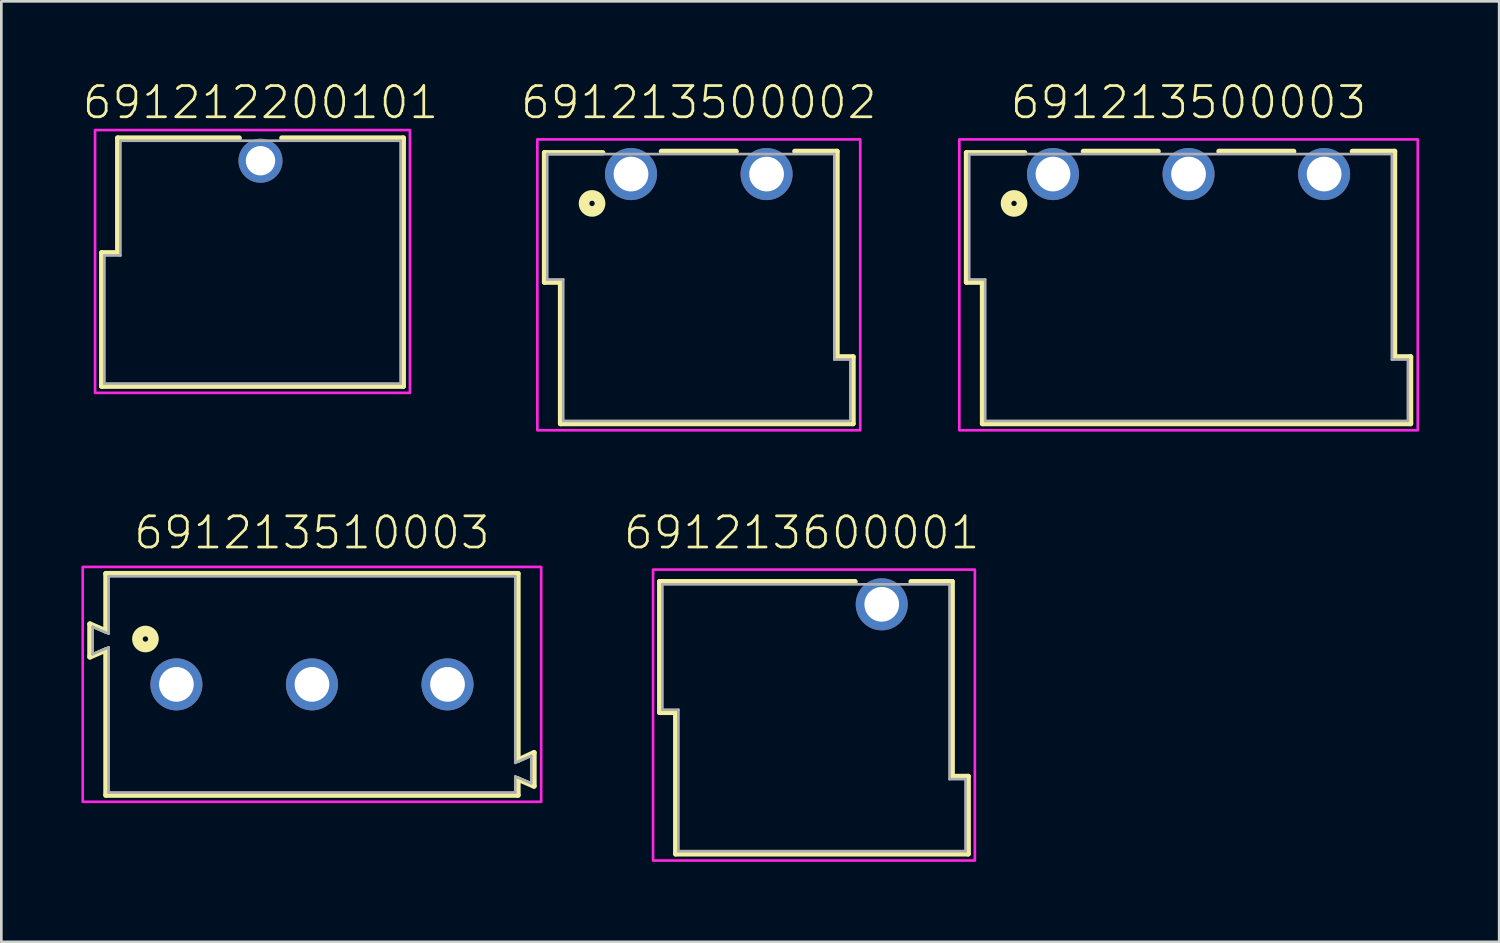
<source format=kicad_pcb>
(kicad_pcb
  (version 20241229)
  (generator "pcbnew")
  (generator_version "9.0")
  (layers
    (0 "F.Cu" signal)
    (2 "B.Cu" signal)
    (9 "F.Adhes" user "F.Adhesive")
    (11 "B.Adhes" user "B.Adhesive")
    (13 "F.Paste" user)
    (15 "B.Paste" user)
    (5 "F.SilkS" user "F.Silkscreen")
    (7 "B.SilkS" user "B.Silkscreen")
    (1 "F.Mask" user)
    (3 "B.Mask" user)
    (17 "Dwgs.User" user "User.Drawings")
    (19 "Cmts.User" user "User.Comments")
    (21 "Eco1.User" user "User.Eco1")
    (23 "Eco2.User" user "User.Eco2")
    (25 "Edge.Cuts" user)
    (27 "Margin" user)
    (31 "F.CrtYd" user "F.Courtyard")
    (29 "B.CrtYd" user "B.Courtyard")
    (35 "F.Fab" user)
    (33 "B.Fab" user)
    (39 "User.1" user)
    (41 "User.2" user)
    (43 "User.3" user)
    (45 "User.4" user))
  (footprint "691212200101"
    (layer "F.Cu")
    (at 6.712 2.973)
    (property "Reference" "691212200101" (at 0 -1.5 0) (unlocked yes) (layer "F.SilkS") (effects (font (size 1.168 1.168) (thickness 0.102)) (justify bottom)))
    (fp_line (start -5.95 3.45) (end -5.35 3.45) (stroke (width 0.2) (type solid)) (layer "F.SilkS"))
    (fp_line (start -5.95 8.45) (end -5.95 3.45) (stroke (width 0.2) (type solid)) (layer "F.SilkS"))
    (fp_line (start -5.35 -0.85) (end -0.8 -0.85) (stroke (width 0.2) (type solid)) (layer "F.SilkS"))
    (fp_line (start -5.35 3.45) (end -5.35 -0.85) (stroke (width 0.2) (type solid)) (layer "F.SilkS"))
    (fp_line (start 0.8 -0.85) (end 5.35 -0.85) (stroke (width 0.2) (type solid)) (layer "F.SilkS"))
    (fp_line (start 5.35 -0.85) (end 5.35 8.45) (stroke (width 0.2) (type solid)) (layer "F.SilkS"))
    (fp_line (start 5.35 8.45) (end -5.95 8.45) (stroke (width 0.2) (type solid)) (layer "F.SilkS"))
    (fp_poly (pts (xy 5.6 8.7) (xy -6.2 8.7) (xy -6.2 -1.15) (xy 5.6 -1.15)) (stroke (width 0.1) (type default)) (fill no) (layer "F.CrtYd"))
    (fp_line (start -5.85 3.55) (end -5.25 3.55) (stroke (width 0.1) (type solid)) (layer "F.Fab"))
    (fp_line (start -5.85 8.35) (end -5.85 3.55) (stroke (width 0.1) (type solid)) (layer "F.Fab"))
    (fp_line (start -5.25 -0.75) (end -5.25 3.55) (stroke (width 0.1) (type solid)) (layer "F.Fab"))
    (fp_line (start -5.25 -0.75) (end 5.25 -0.75) (stroke (width 0.1) (type solid)) (layer "F.Fab"))
    (fp_line (start 5.25 -0.75) (end 5.25 8.35) (stroke (width 0.1) (type solid)) (layer "F.Fab"))
    (fp_line (start 5.25 8.35) (end -5.85 8.35) (stroke (width 0.1) (type solid)) (layer "F.Fab"))
    (pad "1" thru_hole circle (at 0 0) (size 1.65 1.65) (drill 1.1) (layers "*.Cu" "*.Mask")))
  (footprint "691213500002"
    (layer "F.Cu")
    (at 23.136 3.473)
    (property "Reference" "691213500002" (at 0 -2 0) (unlocked yes) (layer "F.SilkS") (effects (font (size 1.168 1.168) (thickness 0.102)) (justify bottom)))
    (fp_line (start -5.78 -0.8) (end -3.6 -0.8) (stroke (width 0.2) (type solid)) (layer "F.SilkS"))
    (fp_line (start -5.78 4.05) (end -5.78 -0.8) (stroke (width 0.2) (type solid)) (layer "F.SilkS"))
    (fp_line (start -5.18 4.05) (end -5.78 4.05) (stroke (width 0.2) (type solid)) (layer "F.SilkS"))
    (fp_line (start -5.18 9.35) (end -5.18 4.05) (stroke (width 0.2) (type solid)) (layer "F.SilkS"))
    (fp_line (start -1.4 -0.85) (end 1.4 -0.85) (stroke (width 0.2) (type solid)) (layer "F.SilkS"))
    (fp_line (start 3.6 -0.85) (end 5.18 -0.85) (stroke (width 0.2) (type solid)) (layer "F.SilkS"))
    (fp_line (start 5.18 -0.85) (end 5.18 6.85) (stroke (width 0.2) (type solid)) (layer "F.SilkS"))
    (fp_line (start 5.18 6.85) (end 5.78 6.85) (stroke (width 0.2) (type solid)) (layer "F.SilkS"))
    (fp_line (start 5.78 6.85) (end 5.78 9.35) (stroke (width 0.2) (type solid)) (layer "F.SilkS"))
    (fp_line (start 5.78 9.35) (end -5.18 9.35) (stroke (width 0.2) (type solid)) (layer "F.SilkS"))
    (fp_circle (center -4 1.1) (end -3.9 1.1) (stroke (width 0.4) (type solid)) (fill no) (layer "F.SilkS"))
    (fp_poly (pts (xy 6.05 9.6) (xy -6.05 9.6) (xy -6.05 -1.3) (xy 6.05 -1.3)) (stroke (width 0.1) (type default)) (fill no) (layer "F.CrtYd"))
    (fp_line (start -5.68 -0.75) (end 5.08 -0.75) (stroke (width 0.1) (type solid)) (layer "F.Fab"))
    (fp_line (start -5.68 3.95) (end -5.68 -0.75) (stroke (width 0.1) (type solid)) (layer "F.Fab"))
    (fp_line (start -5.68 3.95) (end -5.08 3.95) (stroke (width 0.1) (type solid)) (layer "F.Fab"))
    (fp_line (start -5.08 3.95) (end -5.08 9.25) (stroke (width 0.1) (type solid)) (layer "F.Fab"))
    (fp_line (start 5.08 -0.75) (end 5.08 6.95) (stroke (width 0.1) (type solid)) (layer "F.Fab"))
    (fp_line (start 5.08 6.95) (end 5.68 6.95) (stroke (width 0.1) (type solid)) (layer "F.Fab"))
    (fp_line (start 5.68 6.95) (end 5.68 9.25) (stroke (width 0.1) (type solid)) (layer "F.Fab"))
    (fp_line (start 5.68 9.25) (end -5.08 9.25) (stroke (width 0.1) (type solid)) (layer "F.Fab"))
    (pad "1" thru_hole circle (at -2.54 0 180) (size 1.95 1.95) (drill 1.3) (layers "*.Cu" "*.Mask"))
    (pad "2" thru_hole circle (at 2.54 0 180) (size 1.95 1.95) (drill 1.3) (layers "*.Cu" "*.Mask")))
  (footprint "691213600001"
    (layer "F.Cu")
    (at 29.992 19.596)
    (property "Reference" "691213600001" (at -3 -2 0) (unlocked yes) (layer "F.SilkS") (effects (font (size 1.168 1.168) (thickness 0.102)) (justify bottom)))
    (fp_line (start -8.32 -0.85) (end -1 -0.85) (stroke (width 0.2) (type solid)) (layer "F.SilkS"))
    (fp_line (start -8.32 4.05) (end -8.32 -0.85) (stroke (width 0.2) (type solid)) (layer "F.SilkS"))
    (fp_line (start -7.72 4.05) (end -8.32 4.05) (stroke (width 0.2) (type solid)) (layer "F.SilkS"))
    (fp_line (start -7.72 9.35) (end -7.72 4.05) (stroke (width 0.2) (type solid)) (layer "F.SilkS"))
    (fp_line (start 1.1 -0.85) (end 2.64 -0.85) (stroke (width 0.2) (type solid)) (layer "F.SilkS"))
    (fp_line (start 2.64 -0.85) (end 2.64 6.45) (stroke (width 0.2) (type solid)) (layer "F.SilkS"))
    (fp_line (start 2.64 6.45) (end 3.24 6.45) (stroke (width 0.2) (type solid)) (layer "F.SilkS"))
    (fp_line (start 3.24 6.45) (end 3.24 9.35) (stroke (width 0.2) (type solid)) (layer "F.SilkS"))
    (fp_line (start 3.24 9.35) (end -7.72 9.35) (stroke (width 0.2) (type solid)) (layer "F.SilkS"))
    (fp_poly (pts (xy 3.49 9.6) (xy -8.57 9.6) (xy -8.57 -1.3) (xy 3.49 -1.3)) (stroke (width 0.1) (type default)) (fill no) (layer "F.CrtYd"))
    (fp_line (start -8.22 -0.75) (end 2.54 -0.75) (stroke (width 0.1) (type solid)) (layer "F.Fab"))
    (fp_line (start -8.22 3.95) (end -8.22 -0.75) (stroke (width 0.1) (type solid)) (layer "F.Fab"))
    (fp_line (start -8.22 3.95) (end -7.62 3.95) (stroke (width 0.1) (type solid)) (layer "F.Fab"))
    (fp_line (start -7.62 9.25) (end -7.62 3.95) (stroke (width 0.1) (type solid)) (layer "F.Fab"))
    (fp_line (start 2.54 -0.75) (end 2.54 6.55) (stroke (width 0.1) (type solid)) (layer "F.Fab"))
    (fp_line (start 2.54 6.55) (end 3.14 6.55) (stroke (width 0.1) (type solid)) (layer "F.Fab"))
    (fp_line (start 3.14 9.25) (end -7.62 9.25) (stroke (width 0.1) (type solid)) (layer "F.Fab"))
    (fp_line (start 3.14 9.25) (end 3.14 6.55) (stroke (width 0.1) (type solid)) (layer "F.Fab"))
    (pad "1" thru_hole circle (at 0 0 180) (size 1.95 1.95) (drill 1.3) (layers "*.Cu" "*.Mask")))
  (footprint "691213510003"
    (layer "F.Cu")
    (at 8.64 22.596)
    (property "Reference" "691213510003" (at 0 -5 0) (unlocked yes) (layer "F.SilkS") (effects (font (size 1.168 1.168) (thickness 0.102)) (justify bottom)))
    (fp_line (start -8.32 -2.26) (end -7.72 -2) (stroke (width 0.2) (type solid)) (layer "F.SilkS"))
    (fp_line (start -8.32 -1.03) (end -8.32 -2.26) (stroke (width 0.2) (type solid)) (layer "F.SilkS"))
    (fp_line (start -7.72 -4.15) (end 7.72 -4.15) (stroke (width 0.2) (type solid)) (layer "F.SilkS"))
    (fp_line (start -7.72 -2) (end -7.72 -4.15) (stroke (width 0.2) (type solid)) (layer "F.SilkS"))
    (fp_line (start -7.72 -1.29) (end -8.32 -1.03) (stroke (width 0.2) (type solid)) (layer "F.SilkS"))
    (fp_line (start -7.72 4.15) (end -7.72 -1.29) (stroke (width 0.2) (type solid)) (layer "F.SilkS"))
    (fp_line (start 7.72 -4.15) (end 7.72 2.84) (stroke (width 0.2) (type solid)) (layer "F.SilkS"))
    (fp_line (start 7.72 2.84) (end 8.32 2.56) (stroke (width 0.2) (type solid)) (layer "F.SilkS"))
    (fp_line (start 7.72 3.55) (end 7.72 4.15) (stroke (width 0.2) (type solid)) (layer "F.SilkS"))
    (fp_line (start 7.72 4.15) (end -7.72 4.15) (stroke (width 0.2) (type solid)) (layer "F.SilkS"))
    (fp_line (start 8.32 2.56) (end 8.32 3.81) (stroke (width 0.2) (type solid)) (layer "F.SilkS"))
    (fp_line (start 8.32 3.81) (end 7.72 3.55) (stroke (width 0.2) (type solid)) (layer "F.SilkS"))
    (fp_circle (center -6.24 -1.7) (end -6.14 -1.7) (stroke (width 0.4) (type solid)) (fill no) (layer "F.SilkS"))
    (fp_poly (pts (xy 8.59 4.4) (xy -8.59 4.4) (xy -8.59 -4.4) (xy 8.59 -4.4)) (stroke (width 0.1) (type default)) (fill no) (layer "F.CrtYd"))
    (fp_line (start -8.22 -2.16) (end -8.22 -1.13) (stroke (width 0.1) (type solid)) (layer "F.Fab"))
    (fp_line (start -8.22 -1.13) (end -7.62 -1.39) (stroke (width 0.1) (type solid)) (layer "F.Fab"))
    (fp_line (start -7.62 -4.05) (end -7.62 -1.9) (stroke (width 0.1) (type solid)) (layer "F.Fab"))
    (fp_line (start -7.62 -4.05) (end 7.62 -4.05) (stroke (width 0.1) (type solid)) (layer "F.Fab"))
    (fp_line (start -7.62 -1.9) (end -8.22 -2.16) (stroke (width 0.1) (type solid)) (layer "F.Fab"))
    (fp_line (start -7.62 -1.39) (end -7.62 4.05) (stroke (width 0.1) (type solid)) (layer "F.Fab"))
    (fp_line (start -7.62 4.05) (end 7.62 4.05) (stroke (width 0.1) (type solid)) (layer "F.Fab"))
    (fp_line (start 7.62 -4.05) (end 7.62 2.94) (stroke (width 0.1) (type solid)) (layer "F.Fab"))
    (fp_line (start 7.62 2.94) (end 8.22 2.68) (stroke (width 0.1) (type solid)) (layer "F.Fab"))
    (fp_line (start 7.62 3.45) (end 7.62 4.05) (stroke (width 0.1) (type solid)) (layer "F.Fab"))
    (fp_line (start 7.62 3.45) (end 8.22 3.71) (stroke (width 0.1) (type solid)) (layer "F.Fab"))
    (fp_line (start 8.22 2.68) (end 8.22 3.71) (stroke (width 0.1) (type solid)) (layer "F.Fab"))
    (pad "1" thru_hole circle (at -5.08 0) (size 1.95 1.95) (drill 1.3) (layers "*.Cu" "*.Mask"))
    (pad "2" thru_hole circle (at 0 0) (size 1.95 1.95) (drill 1.3) (layers "*.Cu" "*.Mask"))
    (pad "3" thru_hole circle (at 5.08 0) (size 1.95 1.95) (drill 1.3) (layers "*.Cu" "*.Mask")))
  (footprint "691213500003"
    (layer "F.Cu")
    (at 41.489 3.473)
    (property "Reference" "691213500003" (at 0 -2 0) (unlocked yes) (layer "F.SilkS") (effects (font (size 1.168 1.168) (thickness 0.102)) (justify bottom)))
    (fp_line (start -8.32 -0.8) (end -6.14 -0.8) (stroke (width 0.2) (type solid)) (layer "F.SilkS"))
    (fp_line (start -8.32 4.05) (end -8.32 -0.8) (stroke (width 0.2) (type solid)) (layer "F.SilkS"))
    (fp_line (start -7.72 4.05) (end -8.32 4.05) (stroke (width 0.2) (type solid)) (layer "F.SilkS"))
    (fp_line (start -7.72 9.35) (end -7.72 4.05) (stroke (width 0.2) (type solid)) (layer "F.SilkS"))
    (fp_line (start -3.94 -0.85) (end -1.14 -0.85) (stroke (width 0.2) (type solid)) (layer "F.SilkS"))
    (fp_line (start 1.14 -0.85) (end 3.94 -0.85) (stroke (width 0.2) (type solid)) (layer "F.SilkS"))
    (fp_line (start 6.14 -0.85) (end 7.72 -0.85) (stroke (width 0.2) (type solid)) (layer "F.SilkS"))
    (fp_line (start 7.72 -0.85) (end 7.72 6.85) (stroke (width 0.2) (type solid)) (layer "F.SilkS"))
    (fp_line (start 7.72 6.85) (end 8.32 6.85) (stroke (width 0.2) (type solid)) (layer "F.SilkS"))
    (fp_line (start 8.32 6.85) (end 8.32 9.35) (stroke (width 0.2) (type solid)) (layer "F.SilkS"))
    (fp_line (start 8.32 9.35) (end -7.72 9.35) (stroke (width 0.2) (type solid)) (layer "F.SilkS"))
    (fp_circle (center -6.54 1.1) (end -6.44 1.1) (stroke (width 0.4) (type solid)) (fill no) (layer "F.SilkS"))
    (fp_poly (pts (xy 8.59 9.6) (xy -8.59 9.6) (xy -8.59 -1.3) (xy 8.59 -1.3)) (stroke (width 0.1) (type default)) (fill no) (layer "F.CrtYd"))
    (fp_line (start -8.22 -0.75) (end 7.62 -0.75) (stroke (width 0.1) (type solid)) (layer "F.Fab"))
    (fp_line (start -8.22 3.95) (end -8.22 -0.75) (stroke (width 0.1) (type solid)) (layer "F.Fab"))
    (fp_line (start -8.22 3.95) (end -7.62 3.95) (stroke (width 0.1) (type solid)) (layer "F.Fab"))
    (fp_line (start -7.62 3.95) (end -7.62 9.25) (stroke (width 0.1) (type solid)) (layer "F.Fab"))
    (fp_line (start 7.62 -0.75) (end 7.62 6.95) (stroke (width 0.1) (type solid)) (layer "F.Fab"))
    (fp_line (start 7.62 6.95) (end 8.22 6.95) (stroke (width 0.1) (type solid)) (layer "F.Fab"))
    (fp_line (start 8.22 6.95) (end 8.22 9.25) (stroke (width 0.1) (type solid)) (layer "F.Fab"))
    (fp_line (start 8.22 9.25) (end -7.62 9.25) (stroke (width 0.1) (type solid)) (layer "F.Fab"))
    (pad "1" thru_hole circle (at -5.08 0 180) (size 1.95 1.95) (drill 1.3) (layers "*.Cu" "*.Mask"))
    (pad "2" thru_hole circle (at 0 0 180) (size 1.95 1.95) (drill 1.3) (layers "*.Cu" "*.Mask"))
    (pad "3" thru_hole circle (at 5.08 0 180) (size 1.95 1.95) (drill 1.3) (layers "*.Cu" "*.Mask")))
  (gr_rect
    (start -3 -3)
    (end 53.129 32.246)
    (stroke (width 0.1) (type default))
    (fill no)
    (layer "Edge.Cuts")))
</source>
